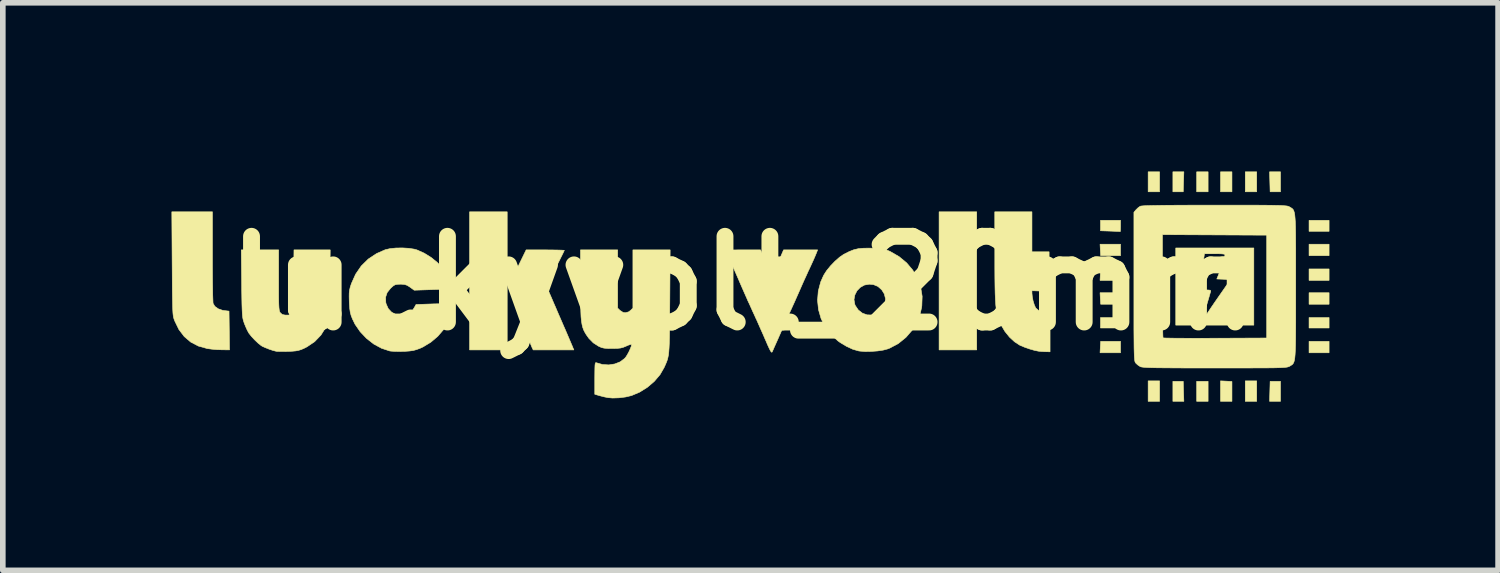
<source format=kicad_pcb>
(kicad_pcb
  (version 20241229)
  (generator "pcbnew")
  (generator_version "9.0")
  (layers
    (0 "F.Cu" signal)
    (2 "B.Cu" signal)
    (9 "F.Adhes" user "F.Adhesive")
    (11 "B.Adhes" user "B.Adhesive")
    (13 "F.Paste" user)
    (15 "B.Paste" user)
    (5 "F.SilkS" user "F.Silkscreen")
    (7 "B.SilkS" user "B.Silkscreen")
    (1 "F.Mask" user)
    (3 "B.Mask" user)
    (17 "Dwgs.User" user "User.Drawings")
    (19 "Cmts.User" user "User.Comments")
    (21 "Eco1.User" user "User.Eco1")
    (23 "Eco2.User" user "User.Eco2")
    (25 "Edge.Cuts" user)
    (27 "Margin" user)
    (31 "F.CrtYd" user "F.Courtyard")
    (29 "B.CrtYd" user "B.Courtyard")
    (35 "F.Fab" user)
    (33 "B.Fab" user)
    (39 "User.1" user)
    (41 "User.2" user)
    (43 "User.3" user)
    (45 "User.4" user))
  (footprint "luckyvolt_20mm"
    (layer "F.Cu")
    (at 10.167 1.986)
    (property "Reference" "luckyvolt_20mm" (at 0 0 0) (layer "F.SilkS") (effects (font (size 1.524 1.524) (thickness 0.3))))
    (attr through_hole)
    (fp_poly (pts (xy -4.199 1.185) (xy -4.868 1.185) (xy -4.868 -1.27) (xy -4.199 -1.27) (xy -4.199 1.185)) (stroke (width 0.01) (type solid)) (fill yes) (layer "F.SilkS"))
    (fp_poly (pts (xy 4.149 1.185) (xy 3.48 1.185) (xy 3.48 -1.27) (xy 4.149 -1.27) (xy 4.149 1.185)) (stroke (width 0.01) (type solid)) (fill yes) (layer "F.SilkS"))
    (fp_poly (pts (xy 6.706 0.796) (xy 6.35 0.796) (xy 6.35 0.61) (xy 6.706 0.61) (xy 6.706 0.796)) (stroke (width 0.01) (type solid)) (fill yes) (layer "F.SilkS"))
    (fp_poly (pts (xy 7.4 -1.626) (xy 7.197 -1.626) (xy 7.197 -1.981) (xy 7.4 -1.981) (xy 7.4 -1.626)) (stroke (width 0.01) (type solid)) (fill yes) (layer "F.SilkS"))
    (fp_poly (pts (xy 7.4 2.1) (xy 7.197 2.1) (xy 7.197 1.736) (xy 7.4 1.736) (xy 7.4 2.1)) (stroke (width 0.01) (type solid)) (fill yes) (layer "F.SilkS"))
    (fp_poly (pts (xy 8.263 -1.626) (xy 8.06 -1.626) (xy 8.06 -1.981) (xy 8.263 -1.981) (xy 8.263 -1.626)) (stroke (width 0.01) (type solid)) (fill yes) (layer "F.SilkS"))
    (fp_poly (pts (xy 8.263 2.1) (xy 8.06 2.1) (xy 8.06 1.744) (xy 8.263 1.744) (xy 8.263 2.1)) (stroke (width 0.01) (type solid)) (fill yes) (layer "F.SilkS"))
    (fp_poly (pts (xy 8.687 -1.626) (xy 8.484 -1.626) (xy 8.484 -1.981) (xy 8.687 -1.981) (xy 8.687 -1.626)) (stroke (width 0.01) (type solid)) (fill yes) (layer "F.SilkS"))
    (fp_poly (pts (xy 9.127 -1.626) (xy 8.924 -1.626) (xy 8.924 -1.981) (xy 9.127 -1.981) (xy 9.127 -1.626)) (stroke (width 0.01) (type solid)) (fill yes) (layer "F.SilkS"))
    (fp_poly (pts (xy 9.127 2.1) (xy 8.924 2.1) (xy 8.924 1.736) (xy 9.127 1.736) (xy 9.127 2.1)) (stroke (width 0.01) (type solid)) (fill yes) (layer "F.SilkS"))
    (fp_poly (pts (xy 9.55 -1.981) (xy 9.55 -1.626) (xy 9.366 -1.626) (xy 9.356 -1.981) (xy 9.55 -1.981)) (stroke (width 0.01) (type solid)) (fill yes) (layer "F.SilkS"))
    (fp_poly (pts (xy 9.55 2.1) (xy 9.356 2.1) (xy 9.366 1.744) (xy 9.55 1.744) (xy 9.55 2.1)) (stroke (width 0.01) (type solid)) (fill yes) (layer "F.SilkS"))
    (fp_poly (pts (xy 10.414 -0.923) (xy 10.058 -0.923) (xy 10.058 -1.118) (xy 10.414 -1.118) (xy 10.414 -0.923)) (stroke (width 0.01) (type solid)) (fill yes) (layer "F.SilkS"))
    (fp_poly (pts (xy 10.414 -0.491) (xy 10.058 -0.491) (xy 10.058 -0.694) (xy 10.414 -0.694) (xy 10.414 -0.491)) (stroke (width 0.01) (type solid)) (fill yes) (layer "F.SilkS"))
    (fp_poly (pts (xy 10.414 -0.051) (xy 10.058 -0.051) (xy 10.058 -0.254) (xy 10.414 -0.254) (xy 10.414 -0.051)) (stroke (width 0.01) (type solid)) (fill yes) (layer "F.SilkS"))
    (fp_poly (pts (xy 10.414 0.373) (xy 10.058 0.373) (xy 10.058 0.169) (xy 10.414 0.169) (xy 10.414 0.373)) (stroke (width 0.01) (type solid)) (fill yes) (layer "F.SilkS"))
    (fp_poly (pts (xy 10.414 0.796) (xy 10.058 0.796) (xy 10.058 0.61) (xy 10.414 0.61) (xy 10.414 0.796)) (stroke (width 0.01) (type solid)) (fill yes) (layer "F.SilkS"))
    (fp_poly (pts (xy 10.414 1.236) (xy 10.058 1.236) (xy 10.058 1.033) (xy 10.414 1.033) (xy 10.414 1.236)) (stroke (width 0.01) (type solid)) (fill yes) (layer "F.SilkS"))
    (fp_poly (pts (xy 6.524 -0.694) (xy 6.706 -0.694) (xy 6.706 -0.491) (xy 6.353 -0.491) (xy 6.347 -0.593) (xy 6.342 -0.694) (xy 6.524 -0.694)) (stroke (width 0.01) (type solid)) (fill yes) (layer "F.SilkS"))
    (fp_poly (pts (xy 6.524 0.169) (xy 6.706 0.169) (xy 6.706 0.373) (xy 6.353 0.373) (xy 6.347 0.271) (xy 6.342 0.169) (xy 6.524 0.169)) (stroke (width 0.01) (type solid)) (fill yes) (layer "F.SilkS"))
    (fp_poly (pts (xy 6.706 -0.051) (xy 6.524 -0.051) (xy 6.342 -0.051) (xy 6.347 -0.152) (xy 6.353 -0.254) (xy 6.706 -0.254) (xy 6.706 -0.051)) (stroke (width 0.01) (type solid)) (fill yes) (layer "F.SilkS"))
    (fp_poly (pts (xy 6.706 1.236) (xy 6.524 1.236) (xy 6.342 1.236) (xy 6.347 1.135) (xy 6.353 1.033) (xy 6.706 1.033) (xy 6.706 1.236)) (stroke (width 0.01) (type solid)) (fill yes) (layer "F.SilkS"))
    (fp_poly (pts (xy 7.826 -1.803) (xy 7.821 -1.626) (xy 7.637 -1.626) (xy 7.637 -1.981) (xy 7.734 -1.981) (xy 7.832 -1.981) (xy 7.826 -1.803)) (stroke (width 0.01) (type solid)) (fill yes) (layer "F.SilkS"))
    (fp_poly (pts (xy 7.826 1.922) (xy 7.832 2.1) (xy 7.734 2.1) (xy 7.637 2.1) (xy 7.637 1.744) (xy 7.821 1.744) (xy 7.826 1.922)) (stroke (width 0.01) (type solid)) (fill yes) (layer "F.SilkS"))
    (fp_poly (pts (xy 8.585 1.741) (xy 8.687 1.747) (xy 8.687 2.1) (xy 8.484 2.1) (xy 8.484 1.918) (xy 8.484 1.736) (xy 8.585 1.741)) (stroke (width 0.01) (type solid)) (fill yes) (layer "F.SilkS"))
    (fp_poly (pts (xy 6.706 -1.016) (xy 6.705 -0.963) (xy 6.703 -0.928) (xy 6.701 -0.918) (xy 6.684 -0.92) (xy 6.64 -0.922) (xy 6.576 -0.925) (xy 6.524 -0.927) (xy 6.35 -0.933) (xy 6.35 -1.118) (xy 6.706 -1.118) (xy 6.706 -1.016)) (stroke (width 0.01) (type solid)) (fill yes) (layer "F.SilkS"))
    (fp_poly (pts (xy -9.801 -1.27) (xy -9.44 -1.27) (xy -9.44 -0.478) (xy -9.44 -0.316) (xy -9.439 -0.163) (xy -9.438 -0.023) (xy -9.436 0.1) (xy -9.435 0.204) (xy -9.432 0.284) (xy -9.43 0.337) (xy -9.428 0.359) (xy -9.396 0.412) (xy -9.338 0.454) (xy -9.261 0.481) (xy -9.23 0.486) (xy -9.145 0.496) (xy -9.136 1.185) (xy -9.279 1.183) (xy -9.364 1.18) (xy -9.453 1.172) (xy -9.528 1.162) (xy -9.533 1.161) (xy -9.69 1.117) (xy -9.826 1.046) (xy -9.941 0.948) (xy -10.036 0.823) (xy -10.11 0.671) (xy -10.111 0.668) (xy -10.12 0.645) (xy -10.127 0.623) (xy -10.133 0.599) (xy -10.138 0.568) (xy -10.142 0.53) (xy -10.145 0.479) (xy -10.147 0.415) (xy -10.149 0.333) (xy -10.151 0.231) (xy -10.153 0.105) (xy -10.154 -0.046) (xy -10.155 -0.227) (xy -10.156 -0.351) (xy -10.162 -1.27) (xy -9.801 -1.27)) (stroke (width 0.01) (type solid)) (fill yes) (layer "F.SilkS"))
    (fp_poly (pts (xy 5.131 -0.559) (xy 5.436 -0.559) (xy 5.436 -0.207) (xy 5.436 0.144) (xy 5.131 0.133) (xy 5.131 0.176) (xy 5.137 0.24) (xy 5.151 0.313) (xy 5.172 0.382) (xy 5.195 0.434) (xy 5.2 0.442) (xy 5.242 0.478) (xy 5.306 0.507) (xy 5.378 0.523) (xy 5.408 0.525) (xy 5.453 0.525) (xy 5.453 1.219) (xy 5.372 1.217) (xy 5.311 1.214) (xy 5.255 1.209) (xy 5.241 1.207) (xy 5.174 1.193) (xy 5.091 1.169) (xy 5.004 1.139) (xy 4.928 1.107) (xy 4.912 1.1) (xy 4.822 1.041) (xy 4.732 0.958) (xy 4.652 0.859) (xy 4.587 0.751) (xy 4.581 0.739) (xy 4.558 0.688) (xy 4.538 0.638) (xy 4.521 0.586) (xy 4.507 0.529) (xy 4.497 0.464) (xy 4.488 0.387) (xy 4.482 0.296) (xy 4.477 0.187) (xy 4.474 0.057) (xy 4.472 -0.097) (xy 4.471 -0.279) (xy 4.471 -0.478) (xy 4.47 -1.27) (xy 5.131 -1.27) (xy 5.131 -0.559)) (stroke (width 0.01) (type solid)) (fill yes) (layer "F.SilkS"))
    (fp_poly (pts (xy -3.42 -0.592) (xy -3.329 -0.591) (xy -3.256 -0.589) (xy -3.206 -0.587) (xy -3.184 -0.585) (xy -3.183 -0.584) (xy -3.191 -0.567) (xy -3.211 -0.525) (xy -3.243 -0.461) (xy -3.283 -0.381) (xy -3.33 -0.29) (xy -3.343 -0.264) (xy -3.504 0.048) (xy -3.409 0.265) (xy -3.373 0.35) (xy -3.339 0.427) (xy -3.312 0.491) (xy -3.294 0.532) (xy -3.292 0.538) (xy -3.267 0.595) (xy -3.244 0.648) (xy -3.227 0.687) (xy -3.2 0.75) (xy -3.166 0.827) (xy -3.13 0.911) (xy -3.095 0.993) (xy -3.064 1.066) (xy -3.041 1.12) (xy -3.037 1.13) (xy -3.014 1.185) (xy -3.737 1.185) (xy -3.759 1.139) (xy -3.779 1.091) (xy -3.8 1.034) (xy -3.803 1.024) (xy -3.817 0.981) (xy -3.84 0.916) (xy -3.868 0.837) (xy -3.895 0.762) (xy -3.924 0.682) (xy -3.95 0.611) (xy -3.969 0.556) (xy -3.98 0.525) (xy -3.993 0.488) (xy -4.014 0.432) (xy -4.038 0.367) (xy -4.039 0.364) (xy -4.063 0.298) (xy -4.084 0.238) (xy -4.097 0.196) (xy -4.097 0.195) (xy -4.114 0.143) (xy -4.136 0.087) (xy -4.137 0.084) (xy -4.163 0.023) (xy -4.012 -0.285) (xy -3.862 -0.593) (xy -3.523 -0.593) (xy -3.42 -0.592)) (stroke (width 0.01) (type solid)) (fill yes) (layer "F.SilkS"))
    (fp_poly (pts (xy -8.263 -0.053) (xy -8.263 0.098) (xy -8.263 0.218) (xy -8.262 0.311) (xy -8.26 0.382) (xy -8.257 0.434) (xy -8.253 0.47) (xy -8.248 0.496) (xy -8.241 0.513) (xy -8.232 0.526) (xy -8.231 0.527) (xy -8.197 0.556) (xy -8.147 0.566) (xy -8.13 0.566) (xy -8.096 0.566) (xy -8.069 0.564) (xy -8.048 0.555) (xy -8.031 0.537) (xy -8.019 0.507) (xy -8.01 0.461) (xy -8.004 0.397) (xy -8.001 0.31) (xy -7.998 0.198) (xy -7.997 0.057) (xy -7.996 -0.043) (xy -7.99 -0.593) (xy -7.346 -0.593) (xy -7.358 0.652) (xy -7.423 0.782) (xy -7.511 0.922) (xy -7.623 1.039) (xy -7.758 1.13) (xy -7.798 1.151) (xy -7.856 1.177) (xy -7.906 1.193) (xy -7.957 1.203) (xy -8.023 1.209) (xy -8.094 1.212) (xy -8.173 1.213) (xy -8.243 1.213) (xy -8.295 1.211) (xy -8.314 1.208) (xy -8.367 1.194) (xy -8.433 1.172) (xy -8.498 1.146) (xy -8.552 1.122) (xy -8.573 1.109) (xy -8.627 1.066) (xy -8.688 1.008) (xy -8.745 0.947) (xy -8.788 0.893) (xy -8.796 0.881) (xy -8.822 0.833) (xy -8.851 0.768) (xy -8.874 0.711) (xy -8.884 0.681) (xy -8.893 0.651) (xy -8.9 0.619) (xy -8.905 0.58) (xy -8.909 0.53) (xy -8.912 0.465) (xy -8.915 0.381) (xy -8.917 0.275) (xy -8.919 0.142) (xy -8.92 0.004) (xy -8.927 -0.593) (xy -8.263 -0.593) (xy -8.263 -0.053)) (stroke (width 0.01) (type solid)) (fill yes) (layer "F.SilkS"))
    (fp_poly (pts (xy 9.076 0.745) (xy 7.688 0.745) (xy 7.688 0.081) (xy 8.094 0.081) (xy 8.104 0.106) (xy 8.132 0.116) (xy 8.18 0.119) (xy 8.205 0.119) (xy 8.265 0.12) (xy 8.297 0.124) (xy 8.309 0.133) (xy 8.308 0.148) (xy 8.299 0.177) (xy 8.284 0.23) (xy 8.265 0.295) (xy 8.257 0.322) (xy 8.236 0.393) (xy 8.216 0.458) (xy 8.201 0.504) (xy 8.197 0.513) (xy 8.182 0.562) (xy 8.18 0.594) (xy 8.191 0.603) (xy 8.196 0.601) (xy 8.214 0.582) (xy 8.243 0.543) (xy 8.27 0.503) (xy 8.315 0.436) (xy 8.376 0.346) (xy 8.451 0.238) (xy 8.536 0.116) (xy 8.59 0.038) (xy 8.623 -0.009) (xy 8.645 -0.044) (xy 8.653 -0.058) (xy 8.637 -0.063) (xy 8.597 -0.067) (xy 8.539 -0.071) (xy 8.536 -0.071) (xy 8.418 -0.076) (xy 8.449 -0.152) (xy 8.469 -0.208) (xy 8.494 -0.28) (xy 8.518 -0.354) (xy 8.518 -0.356) (xy 8.537 -0.419) (xy 8.554 -0.47) (xy 8.563 -0.501) (xy 8.564 -0.504) (xy 8.559 -0.513) (xy 8.534 -0.52) (xy 8.484 -0.524) (xy 8.405 -0.525) (xy 8.385 -0.525) (xy 8.198 -0.525) (xy 8.187 -0.445) (xy 8.178 -0.385) (xy 8.165 -0.309) (xy 8.153 -0.246) (xy 8.138 -0.169) (xy 8.122 -0.09) (xy 8.112 -0.037) (xy 8.098 0.036) (xy 8.094 0.081) (xy 7.688 0.081) (xy 7.688 -0.627) (xy 9.076 -0.627) (xy 9.076 0.745)) (stroke (width 0.01) (type solid)) (fill yes) (layer "F.SilkS"))
    (fp_poly (pts (xy 2.283 -0.623) (xy 2.375 -0.62) (xy 2.442 -0.615) (xy 2.493 -0.607) (xy 2.538 -0.595) (xy 2.584 -0.576) (xy 2.613 -0.563) (xy 2.769 -0.473) (xy 2.903 -0.362) (xy 3.012 -0.233) (xy 3.096 -0.088) (xy 3.152 0.068) (xy 3.179 0.233) (xy 3.173 0.402) (xy 3.168 0.436) (xy 3.134 0.583) (xy 3.082 0.711) (xy 3.013 0.821) (xy 2.891 0.962) (xy 2.754 1.073) (xy 2.601 1.154) (xy 2.565 1.168) (xy 2.486 1.189) (xy 2.386 1.204) (xy 2.276 1.212) (xy 2.168 1.214) (xy 2.074 1.207) (xy 2.047 1.203) (xy 1.946 1.174) (xy 1.834 1.122) (xy 1.721 1.054) (xy 1.681 1.025) (xy 1.555 0.91) (xy 1.455 0.777) (xy 1.382 0.629) (xy 1.336 0.47) (xy 1.319 0.306) (xy 1.32 0.291) (xy 1.967 0.291) (xy 1.981 0.374) (xy 1.99 0.397) (xy 2.044 0.476) (xy 2.116 0.532) (xy 2.199 0.562) (xy 2.287 0.565) (xy 2.373 0.54) (xy 2.417 0.514) (xy 2.483 0.446) (xy 2.52 0.365) (xy 2.528 0.277) (xy 2.506 0.19) (xy 2.461 0.118) (xy 2.393 0.057) (xy 2.313 0.024) (xy 2.239 0.017) (xy 2.153 0.032) (xy 2.079 0.073) (xy 2.02 0.134) (xy 1.982 0.209) (xy 1.967 0.291) (xy 1.32 0.291) (xy 1.332 0.14) (xy 1.375 -0.023) (xy 1.428 -0.142) (xy 1.479 -0.222) (xy 1.549 -0.308) (xy 1.63 -0.392) (xy 1.712 -0.464) (xy 1.786 -0.515) (xy 1.88 -0.562) (xy 1.963 -0.595) (xy 2.047 -0.615) (xy 2.141 -0.623) (xy 2.256 -0.624) (xy 2.283 -0.623)) (stroke (width 0.01) (type solid)) (fill yes) (layer "F.SilkS"))
    (fp_poly (pts (xy -2.235 0.442) (xy -2.194 0.483) (xy -2.139 0.518) (xy -2.1 0.525) (xy -2.04 0.509) (xy -2.006 0.483) (xy -1.964 0.442) (xy -1.964 -0.593) (xy -1.302 -0.593) (xy -1.308 0.326) (xy -1.31 0.53) (xy -1.311 0.703) (xy -1.312 0.849) (xy -1.314 0.97) (xy -1.317 1.07) (xy -1.321 1.152) (xy -1.326 1.219) (xy -1.332 1.273) (xy -1.341 1.319) (xy -1.351 1.359) (xy -1.364 1.396) (xy -1.38 1.434) (xy -1.398 1.475) (xy -1.409 1.499) (xy -1.483 1.627) (xy -1.585 1.746) (xy -1.708 1.851) (xy -1.846 1.937) (xy -1.988 1.997) (xy -2.092 2.022) (xy -2.21 2.037) (xy -2.324 2.041) (xy -2.405 2.034) (xy -2.471 2.021) (xy -2.542 2.003) (xy -2.561 1.998) (xy -2.642 1.974) (xy -2.642 1.688) (xy -2.641 1.583) (xy -2.64 1.508) (xy -2.638 1.458) (xy -2.634 1.428) (xy -2.628 1.414) (xy -2.619 1.412) (xy -2.612 1.414) (xy -2.504 1.445) (xy -2.393 1.452) (xy -2.286 1.435) (xy -2.191 1.398) (xy -2.114 1.34) (xy -2.093 1.317) (xy -2.065 1.274) (xy -2.036 1.221) (xy -2.011 1.167) (xy -1.993 1.121) (xy -1.988 1.092) (xy -1.989 1.087) (xy -2.008 1.089) (xy -2.048 1.102) (xy -2.086 1.119) (xy -2.135 1.139) (xy -2.184 1.152) (xy -2.242 1.158) (xy -2.323 1.16) (xy -2.335 1.16) (xy -2.418 1.159) (xy -2.477 1.154) (xy -2.522 1.143) (xy -2.564 1.125) (xy -2.574 1.12) (xy -2.668 1.06) (xy -2.745 0.982) (xy -2.793 0.915) (xy -2.818 0.873) (xy -2.839 0.832) (xy -2.855 0.788) (xy -2.868 0.737) (xy -2.878 0.674) (xy -2.886 0.598) (xy -2.89 0.503) (xy -2.893 0.387) (xy -2.895 0.245) (xy -2.896 0.074) (xy -2.896 0.019) (xy -2.896 -0.593) (xy -2.235 -0.593) (xy -2.235 0.442)) (stroke (width 0.01) (type solid)) (fill yes) (layer "F.SilkS"))
    (fp_poly (pts (xy 0.329 -0.538) (xy 0.35 -0.486) (xy 0.374 -0.425) (xy 0.381 -0.406) (xy 0.407 -0.34) (xy 0.435 -0.272) (xy 0.442 -0.258) (xy 0.461 -0.209) (xy 0.473 -0.17) (xy 0.474 -0.16) (xy 0.486 -0.138) (xy 0.495 -0.136) (xy 0.509 -0.151) (xy 0.533 -0.191) (xy 0.564 -0.252) (xy 0.6 -0.328) (xy 0.616 -0.364) (xy 0.715 -0.593) (xy 1.32 -0.593) (xy 1.302 -0.546) (xy 1.284 -0.502) (xy 1.254 -0.432) (xy 1.214 -0.344) (xy 1.167 -0.242) (xy 1.16 -0.229) (xy 1.12 -0.14) (xy 1.071 -0.033) (xy 1.022 0.078) (xy 0.982 0.169) (xy 0.947 0.248) (xy 0.91 0.332) (xy 0.878 0.402) (xy 0.843 0.479) (xy 0.804 0.563) (xy 0.781 0.614) (xy 0.749 0.685) (xy 0.712 0.768) (xy 0.678 0.847) (xy 0.644 0.924) (xy 0.608 1.006) (xy 0.577 1.075) (xy 0.577 1.075) (xy 0.55 1.135) (xy 0.528 1.186) (xy 0.515 1.215) (xy 0.508 1.226) (xy 0.498 1.224) (xy 0.483 1.204) (xy 0.462 1.163) (xy 0.432 1.098) (xy 0.392 1.005) (xy 0.391 1.004) (xy 0.349 0.906) (xy 0.305 0.808) (xy 0.266 0.719) (xy 0.234 0.647) (xy 0.224 0.627) (xy 0.193 0.558) (xy 0.163 0.494) (xy 0.142 0.446) (xy 0.139 0.44) (xy 0.116 0.388) (xy 0.094 0.341) (xy 0.093 0.339) (xy 0.08 0.312) (xy 0.057 0.258) (xy 0.024 0.184) (xy -0.016 0.093) (xy -0.061 -0.01) (xy -0.093 -0.085) (xy -0.14 -0.192) (xy -0.184 -0.291) (xy -0.222 -0.376) (xy -0.253 -0.442) (xy -0.274 -0.485) (xy -0.282 -0.499) (xy -0.3 -0.538) (xy -0.305 -0.563) (xy -0.302 -0.573) (xy -0.292 -0.581) (xy -0.27 -0.587) (xy -0.231 -0.59) (xy -0.17 -0.592) (xy -0.084 -0.593) (xy 0.000273 -0.593) (xy 0.305 -0.593) (xy 0.329 -0.538)) (stroke (width 0.01) (type solid)) (fill yes) (layer "F.SilkS"))
    (fp_poly (pts (xy -5.95 -0.621) (xy -5.851 -0.606) (xy -5.805 -0.593) (xy -5.675 -0.535) (xy -5.551 -0.458) (xy -5.439 -0.367) (xy -5.347 -0.267) (xy -5.284 -0.168) (xy -5.259 -0.115) (xy -5.234 -0.054) (xy -5.212 0.006) (xy -5.195 0.056) (xy -5.187 0.089) (xy -5.187 0.096) (xy -5.205 0.098) (xy -5.252 0.101) (xy -5.321 0.105) (xy -5.409 0.109) (xy -5.51 0.112) (xy -5.523 0.113) (xy -5.852 0.124) (xy -5.926 0.07) (xy -5.976 0.038) (xy -6.023 0.022) (xy -6.082 0.017) (xy -6.098 0.017) (xy -6.155 0.019) (xy -6.194 0.028) (xy -6.229 0.05) (xy -6.272 0.089) (xy -6.333 0.165) (xy -6.361 0.248) (xy -6.358 0.34) (xy -6.351 0.369) (xy -6.314 0.451) (xy -6.256 0.513) (xy -6.184 0.553) (xy -6.104 0.57) (xy -6.023 0.564) (xy -5.947 0.535) (xy -5.882 0.48) (xy -5.85 0.432) (xy -5.82 0.378) (xy -5.497 0.367) (xy -5.396 0.365) (xy -5.307 0.363) (xy -5.236 0.363) (xy -5.187 0.363) (xy -5.166 0.365) (xy -5.166 0.366) (xy -5.165 0.386) (xy -5.173 0.431) (xy -5.187 0.49) (xy -5.206 0.557) (xy -5.226 0.622) (xy -5.247 0.678) (xy -5.254 0.694) (xy -5.331 0.824) (xy -5.434 0.944) (xy -5.558 1.049) (xy -5.695 1.132) (xy -5.747 1.156) (xy -5.812 1.18) (xy -5.87 1.196) (xy -5.936 1.205) (xy -6.02 1.211) (xy -6.045 1.212) (xy -6.128 1.213) (xy -6.206 1.211) (xy -6.268 1.207) (xy -6.292 1.203) (xy -6.434 1.156) (xy -6.572 1.081) (xy -6.7 0.981) (xy -6.812 0.863) (xy -6.904 0.73) (xy -6.952 0.631) (xy -6.975 0.571) (xy -6.99 0.514) (xy -6.999 0.45) (xy -7.005 0.367) (xy -7.007 0.327) (xy -7.009 0.239) (xy -7.008 0.174) (xy -7.002 0.122) (xy -6.99 0.07) (xy -6.97 0.009) (xy -6.969 0.006) (xy -6.894 -0.161) (xy -6.794 -0.307) (xy -6.669 -0.43) (xy -6.521 -0.528) (xy -6.369 -0.595) (xy -6.284 -0.615) (xy -6.178 -0.626) (xy -6.063 -0.628) (xy -5.95 -0.621)) (stroke (width 0.01) (type solid)) (fill yes) (layer "F.SilkS"))
    (fp_poly (pts (xy 8.616 -1.388) (xy 8.823 -1.388) (xy 9.002 -1.388) (xy 9.153 -1.388) (xy 9.281 -1.387) (xy 9.386 -1.386) (xy 9.471 -1.384) (xy 9.538 -1.383) (xy 9.591 -1.38) (xy 9.631 -1.377) (xy 9.66 -1.374) (xy 9.681 -1.37) (xy 9.696 -1.365) (xy 9.708 -1.359) (xy 9.715 -1.355) (xy 9.734 -1.344) (xy 9.751 -1.333) (xy 9.766 -1.321) (xy 9.778 -1.305) (xy 9.788 -1.283) (xy 9.797 -1.253) (xy 9.804 -1.212) (xy 9.809 -1.158) (xy 9.814 -1.089) (xy 9.817 -1.003) (xy 9.819 -0.896) (xy 9.82 -0.768) (xy 9.821 -0.616) (xy 9.821 -0.437) (xy 9.821 -0.229) (xy 9.821 0.011) (xy 9.821 0.059) (xy 9.821 0.305) (xy 9.821 0.518) (xy 9.821 0.703) (xy 9.82 0.86) (xy 9.819 0.993) (xy 9.817 1.103) (xy 9.814 1.193) (xy 9.81 1.265) (xy 9.805 1.321) (xy 9.798 1.365) (xy 9.79 1.397) (xy 9.78 1.42) (xy 9.768 1.437) (xy 9.754 1.45) (xy 9.737 1.46) (xy 9.719 1.472) (xy 9.715 1.474) (xy 9.704 1.48) (xy 9.691 1.485) (xy 9.673 1.49) (xy 9.649 1.494) (xy 9.615 1.497) (xy 9.571 1.5) (xy 9.512 1.502) (xy 9.437 1.504) (xy 9.344 1.505) (xy 9.23 1.506) (xy 9.093 1.506) (xy 8.93 1.507) (xy 8.74 1.507) (xy 8.519 1.507) (xy 8.382 1.507) (xy 8.139 1.507) (xy 7.928 1.507) (xy 7.746 1.506) (xy 7.591 1.505) (xy 7.461 1.504) (xy 7.354 1.503) (xy 7.267 1.501) (xy 7.199 1.499) (xy 7.146 1.496) (xy 7.108 1.493) (xy 7.081 1.489) (xy 7.063 1.485) (xy 7.056 1.482) (xy 7.01 1.451) (xy 6.976 1.419) (xy 6.97 1.41) (xy 6.965 1.4) (xy 6.96 1.384) (xy 6.957 1.361) (xy 6.954 1.329) (xy 6.951 1.284) (xy 6.949 1.226) (xy 6.947 1.152) (xy 6.946 1.059) (xy 6.945 0.945) (xy 6.944 0.807) (xy 6.944 0.645) (xy 6.944 0.455) (xy 6.944 0.234) (xy 6.944 0.059) (xy 6.944 0.048) (xy 7.451 0.048) (xy 7.451 0.22) (xy 7.451 0.383) (xy 7.452 0.532) (xy 7.454 0.664) (xy 7.455 0.777) (xy 7.457 0.867) (xy 7.459 0.931) (xy 7.461 0.965) (xy 7.462 0.971) (xy 7.481 0.973) (xy 7.53 0.975) (xy 7.607 0.976) (xy 7.708 0.978) (xy 7.831 0.978) (xy 7.972 0.979) (xy 8.128 0.979) (xy 8.296 0.978) (xy 8.389 0.978) (xy 9.305 0.974) (xy 9.305 -0.855) (xy 7.451 -0.864) (xy 7.451 0.048) (xy 6.944 0.048) (xy 6.944 -1.262) (xy 6.981 -1.306) (xy 7.019 -1.343) (xy 7.056 -1.369) (xy 7.075 -1.373) (xy 7.117 -1.377) (xy 7.183 -1.38) (xy 7.274 -1.382) (xy 7.392 -1.384) (xy 7.537 -1.386) (xy 7.712 -1.387) (xy 7.917 -1.388) (xy 8.154 -1.388) (xy 8.377 -1.388) (xy 8.616 -1.388)) (stroke (width 0.01) (type solid)) (fill yes) (layer "F.SilkS")))
  (gr_rect
    (start -3 -3)
    (end 23.586 7.091)
    (stroke (width 0.1) (type default))
    (fill no)
    (layer "Edge.Cuts")))
</source>
